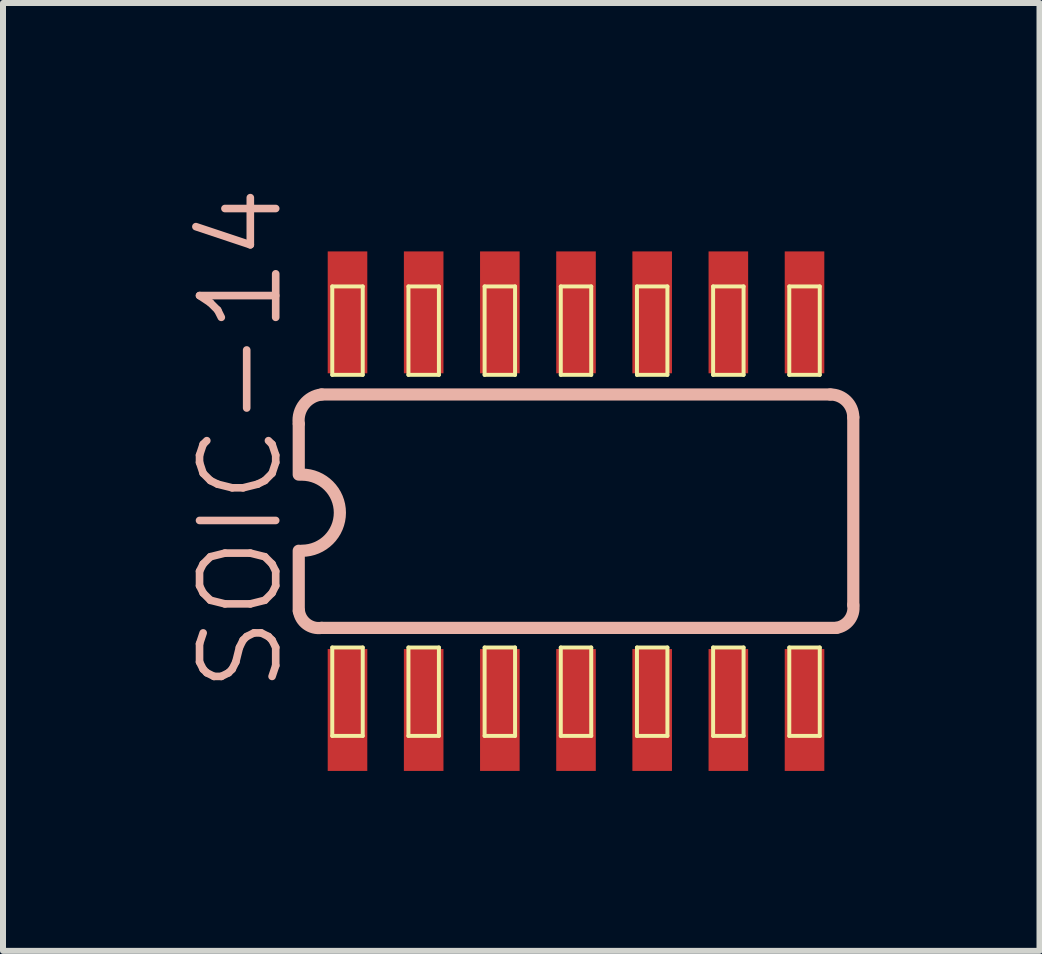
<source format=kicad_pcb>
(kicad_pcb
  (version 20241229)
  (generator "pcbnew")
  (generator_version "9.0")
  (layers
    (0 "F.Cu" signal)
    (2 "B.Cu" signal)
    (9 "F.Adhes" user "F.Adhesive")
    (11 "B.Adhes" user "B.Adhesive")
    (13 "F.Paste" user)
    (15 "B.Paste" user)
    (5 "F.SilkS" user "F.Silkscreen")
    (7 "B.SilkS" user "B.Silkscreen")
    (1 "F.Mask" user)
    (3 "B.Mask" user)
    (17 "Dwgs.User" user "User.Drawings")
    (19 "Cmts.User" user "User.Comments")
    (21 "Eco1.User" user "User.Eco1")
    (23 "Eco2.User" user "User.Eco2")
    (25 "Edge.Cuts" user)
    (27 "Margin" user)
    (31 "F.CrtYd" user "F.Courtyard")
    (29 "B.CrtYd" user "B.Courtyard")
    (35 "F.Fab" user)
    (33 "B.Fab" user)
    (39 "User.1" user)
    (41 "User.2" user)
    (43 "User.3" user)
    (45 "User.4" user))
  (footprint "SOIC-14"
    (layer "F.Cu")
    (at 7.189 5.473)
    (property "Reference" "SOIC-14" (at -6.223 -1.206 90) (layer "B.SilkS") (effects (font (size 1.27 1.27) (thickness 0.127))))
    (attr smd)
    (fp_line (start -4.699 -3.747) (end -4.191 -3.747) (stroke (width 0.066) (type solid)) (layer "F.SilkS"))
    (fp_line (start -4.699 -2.273) (end -4.699 -3.747) (stroke (width 0.066) (type solid)) (layer "F.SilkS"))
    (fp_line (start -4.699 -2.273) (end -4.191 -2.273) (stroke (width 0.066) (type solid)) (layer "F.SilkS"))
    (fp_line (start -4.699 2.273) (end -4.191 2.273) (stroke (width 0.066) (type solid)) (layer "F.SilkS"))
    (fp_line (start -4.699 3.747) (end -4.699 2.273) (stroke (width 0.066) (type solid)) (layer "F.SilkS"))
    (fp_line (start -4.699 3.747) (end -4.191 3.747) (stroke (width 0.066) (type solid)) (layer "F.SilkS"))
    (fp_line (start -4.191 -2.273) (end -4.191 -3.747) (stroke (width 0.066) (type solid)) (layer "F.SilkS"))
    (fp_line (start -4.191 3.747) (end -4.191 2.273) (stroke (width 0.066) (type solid)) (layer "F.SilkS"))
    (fp_line (start -3.429 -3.747) (end -2.921 -3.747) (stroke (width 0.066) (type solid)) (layer "F.SilkS"))
    (fp_line (start -3.429 -2.273) (end -3.429 -3.747) (stroke (width 0.066) (type solid)) (layer "F.SilkS"))
    (fp_line (start -3.429 -2.273) (end -2.921 -2.273) (stroke (width 0.066) (type solid)) (layer "F.SilkS"))
    (fp_line (start -3.429 2.273) (end -2.921 2.273) (stroke (width 0.066) (type solid)) (layer "F.SilkS"))
    (fp_line (start -3.429 3.747) (end -3.429 2.273) (stroke (width 0.066) (type solid)) (layer "F.SilkS"))
    (fp_line (start -3.429 3.747) (end -2.921 3.747) (stroke (width 0.066) (type solid)) (layer "F.SilkS"))
    (fp_line (start -2.921 -2.273) (end -2.921 -3.747) (stroke (width 0.066) (type solid)) (layer "F.SilkS"))
    (fp_line (start -2.921 3.747) (end -2.921 2.273) (stroke (width 0.066) (type solid)) (layer "F.SilkS"))
    (fp_line (start -2.159 -3.747) (end -1.651 -3.747) (stroke (width 0.066) (type solid)) (layer "F.SilkS"))
    (fp_line (start -2.159 -2.273) (end -2.159 -3.747) (stroke (width 0.066) (type solid)) (layer "F.SilkS"))
    (fp_line (start -2.159 -2.273) (end -1.651 -2.273) (stroke (width 0.066) (type solid)) (layer "F.SilkS"))
    (fp_line (start -2.159 2.273) (end -1.651 2.273) (stroke (width 0.066) (type solid)) (layer "F.SilkS"))
    (fp_line (start -2.159 3.747) (end -2.159 2.273) (stroke (width 0.066) (type solid)) (layer "F.SilkS"))
    (fp_line (start -2.159 3.747) (end -1.651 3.747) (stroke (width 0.066) (type solid)) (layer "F.SilkS"))
    (fp_line (start -1.651 -2.273) (end -1.651 -3.747) (stroke (width 0.066) (type solid)) (layer "F.SilkS"))
    (fp_line (start -1.651 3.747) (end -1.651 2.273) (stroke (width 0.066) (type solid)) (layer "F.SilkS"))
    (fp_line (start -0.889 -3.747) (end -0.381 -3.747) (stroke (width 0.066) (type solid)) (layer "F.SilkS"))
    (fp_line (start -0.889 -2.273) (end -0.889 -3.747) (stroke (width 0.066) (type solid)) (layer "F.SilkS"))
    (fp_line (start -0.889 -2.273) (end -0.381 -2.273) (stroke (width 0.066) (type solid)) (layer "F.SilkS"))
    (fp_line (start -0.889 2.273) (end -0.381 2.273) (stroke (width 0.066) (type solid)) (layer "F.SilkS"))
    (fp_line (start -0.889 3.747) (end -0.889 2.273) (stroke (width 0.066) (type solid)) (layer "F.SilkS"))
    (fp_line (start -0.889 3.747) (end -0.381 3.747) (stroke (width 0.066) (type solid)) (layer "F.SilkS"))
    (fp_line (start -0.381 -2.273) (end -0.381 -3.747) (stroke (width 0.066) (type solid)) (layer "F.SilkS"))
    (fp_line (start -0.381 3.747) (end -0.381 2.273) (stroke (width 0.066) (type solid)) (layer "F.SilkS"))
    (fp_line (start 0.381 -3.747) (end 0.889 -3.747) (stroke (width 0.066) (type solid)) (layer "F.SilkS"))
    (fp_line (start 0.381 -2.273) (end 0.381 -3.747) (stroke (width 0.066) (type solid)) (layer "F.SilkS"))
    (fp_line (start 0.381 -2.273) (end 0.889 -2.273) (stroke (width 0.066) (type solid)) (layer "F.SilkS"))
    (fp_line (start 0.381 2.273) (end 0.889 2.273) (stroke (width 0.066) (type solid)) (layer "F.SilkS"))
    (fp_line (start 0.381 3.747) (end 0.381 2.273) (stroke (width 0.066) (type solid)) (layer "F.SilkS"))
    (fp_line (start 0.381 3.747) (end 0.889 3.747) (stroke (width 0.066) (type solid)) (layer "F.SilkS"))
    (fp_line (start 0.889 -2.273) (end 0.889 -3.747) (stroke (width 0.066) (type solid)) (layer "F.SilkS"))
    (fp_line (start 0.889 3.747) (end 0.889 2.273) (stroke (width 0.066) (type solid)) (layer "F.SilkS"))
    (fp_line (start 1.651 -3.747) (end 2.159 -3.747) (stroke (width 0.066) (type solid)) (layer "F.SilkS"))
    (fp_line (start 1.651 -2.273) (end 1.651 -3.747) (stroke (width 0.066) (type solid)) (layer "F.SilkS"))
    (fp_line (start 1.651 -2.273) (end 2.159 -2.273) (stroke (width 0.066) (type solid)) (layer "F.SilkS"))
    (fp_line (start 1.651 2.273) (end 2.159 2.273) (stroke (width 0.066) (type solid)) (layer "F.SilkS"))
    (fp_line (start 1.651 3.747) (end 1.651 2.273) (stroke (width 0.066) (type solid)) (layer "F.SilkS"))
    (fp_line (start 1.651 3.747) (end 2.159 3.747) (stroke (width 0.066) (type solid)) (layer "F.SilkS"))
    (fp_line (start 2.159 -2.273) (end 2.159 -3.747) (stroke (width 0.066) (type solid)) (layer "F.SilkS"))
    (fp_line (start 2.159 3.747) (end 2.159 2.273) (stroke (width 0.066) (type solid)) (layer "F.SilkS"))
    (fp_line (start 2.921 -3.747) (end 3.429 -3.747) (stroke (width 0.066) (type solid)) (layer "F.SilkS"))
    (fp_line (start 2.921 -2.273) (end 2.921 -3.747) (stroke (width 0.066) (type solid)) (layer "F.SilkS"))
    (fp_line (start 2.921 -2.273) (end 3.429 -2.273) (stroke (width 0.066) (type solid)) (layer "F.SilkS"))
    (fp_line (start 2.921 2.273) (end 3.429 2.273) (stroke (width 0.066) (type solid)) (layer "F.SilkS"))
    (fp_line (start 2.921 3.747) (end 2.921 2.273) (stroke (width 0.066) (type solid)) (layer "F.SilkS"))
    (fp_line (start 2.921 3.747) (end 3.429 3.747) (stroke (width 0.066) (type solid)) (layer "F.SilkS"))
    (fp_line (start 3.429 -2.273) (end 3.429 -3.747) (stroke (width 0.066) (type solid)) (layer "F.SilkS"))
    (fp_line (start 3.429 3.747) (end 3.429 2.273) (stroke (width 0.066) (type solid)) (layer "F.SilkS"))
    (fp_line (start -5.258 -1.45) (end -5.258 -0.61) (stroke (width 0.203) (type solid)) (layer "B.SilkS"))
    (fp_line (start -5.258 1.664) (end -5.258 0.66) (stroke (width 0.203) (type solid)) (layer "B.SilkS"))
    (fp_line (start -4.877 1.946) (end 3.706 1.946) (stroke (width 0.203) (type solid)) (layer "B.SilkS"))
    (fp_line (start 3.604 -1.946) (end -4.877 -1.946) (stroke (width 0.203) (type solid)) (layer "B.SilkS"))
    (fp_line (start 3.988 1.565) (end 3.988 -1.565) (stroke (width 0.203) (type solid)) (layer "B.SilkS"))
    (fp_arc (start -5.2578 -1.46304) (mid -5.16725 -1.783248) (end -4.8768 -1.94564) (stroke (width 0.2032) (type solid)) (layer "B.SilkS"))
    (fp_arc (start -5.207 -0.6096) (mid -4.572 0.0254) (end -5.207 0.6604) (stroke (width 0.2032) (type solid)) (layer "B.SilkS"))
    (fp_arc (start -4.8768 1.94564) (mid -5.124422 1.883052) (end -5.25526 1.6637) (stroke (width 0.2032) (type solid)) (layer "B.SilkS"))
    (fp_arc (start 3.60426 -1.94564) (mid 3.874412 -1.835844) (end 3.9878 -1.56718) (stroke (width 0.2032) (type solid)) (layer "B.SilkS"))
    (fp_arc (start 3.9878 1.56464) (mid 3.924468 1.814058) (end 3.70332 1.94564) (stroke (width 0.2032) (type solid)) (layer "B.SilkS"))
    (pad "1" smd rect (at -4.445 3.315) (size 0.66 2.032) (layers "F.Cu" "F.Mask" "F.Paste"))
    (pad "2" smd rect (at -3.175 3.315) (size 0.66 2.032) (layers "F.Cu" "F.Mask" "F.Paste"))
    (pad "3" smd rect (at -1.905 3.315) (size 0.66 2.032) (layers "F.Cu" "F.Mask" "F.Paste"))
    (pad "4" smd rect (at -0.635 3.315) (size 0.66 2.032) (layers "F.Cu" "F.Mask" "F.Paste"))
    (pad "5" smd rect (at 0.635 3.315) (size 0.66 2.032) (layers "F.Cu" "F.Mask" "F.Paste"))
    (pad "6" smd rect (at 1.905 3.315) (size 0.66 2.032) (layers "F.Cu" "F.Mask" "F.Paste"))
    (pad "7" smd rect (at 3.175 3.315) (size 0.66 2.032) (layers "F.Cu" "F.Mask" "F.Paste"))
    (pad "8" smd rect (at 3.175 -3.315) (size 0.66 2.032) (layers "F.Cu" "F.Mask" "F.Paste"))
    (pad "9" smd rect (at 1.905 -3.315) (size 0.66 2.032) (layers "F.Cu" "F.Mask" "F.Paste"))
    (pad "10" smd rect (at 0.635 -3.315) (size 0.66 2.032) (layers "F.Cu" "F.Mask" "F.Paste"))
    (pad "11" smd rect (at -0.635 -3.315) (size 0.66 2.032) (layers "F.Cu" "F.Mask" "F.Paste"))
    (pad "12" smd rect (at -1.905 -3.315) (size 0.66 2.032) (layers "F.Cu" "F.Mask" "F.Paste"))
    (pad "13" smd rect (at -3.175 -3.315) (size 0.66 2.032) (layers "F.Cu" "F.Mask" "F.Paste"))
    (pad "14" smd rect (at -4.445 -3.315) (size 0.66 2.032) (layers "F.Cu" "F.Mask" "F.Paste")))
  (gr_rect
    (start -3 -3)
    (end 14.282 12.804)
    (stroke (width 0.1) (type default))
    (fill no)
    (layer "Edge.Cuts")))
</source>
